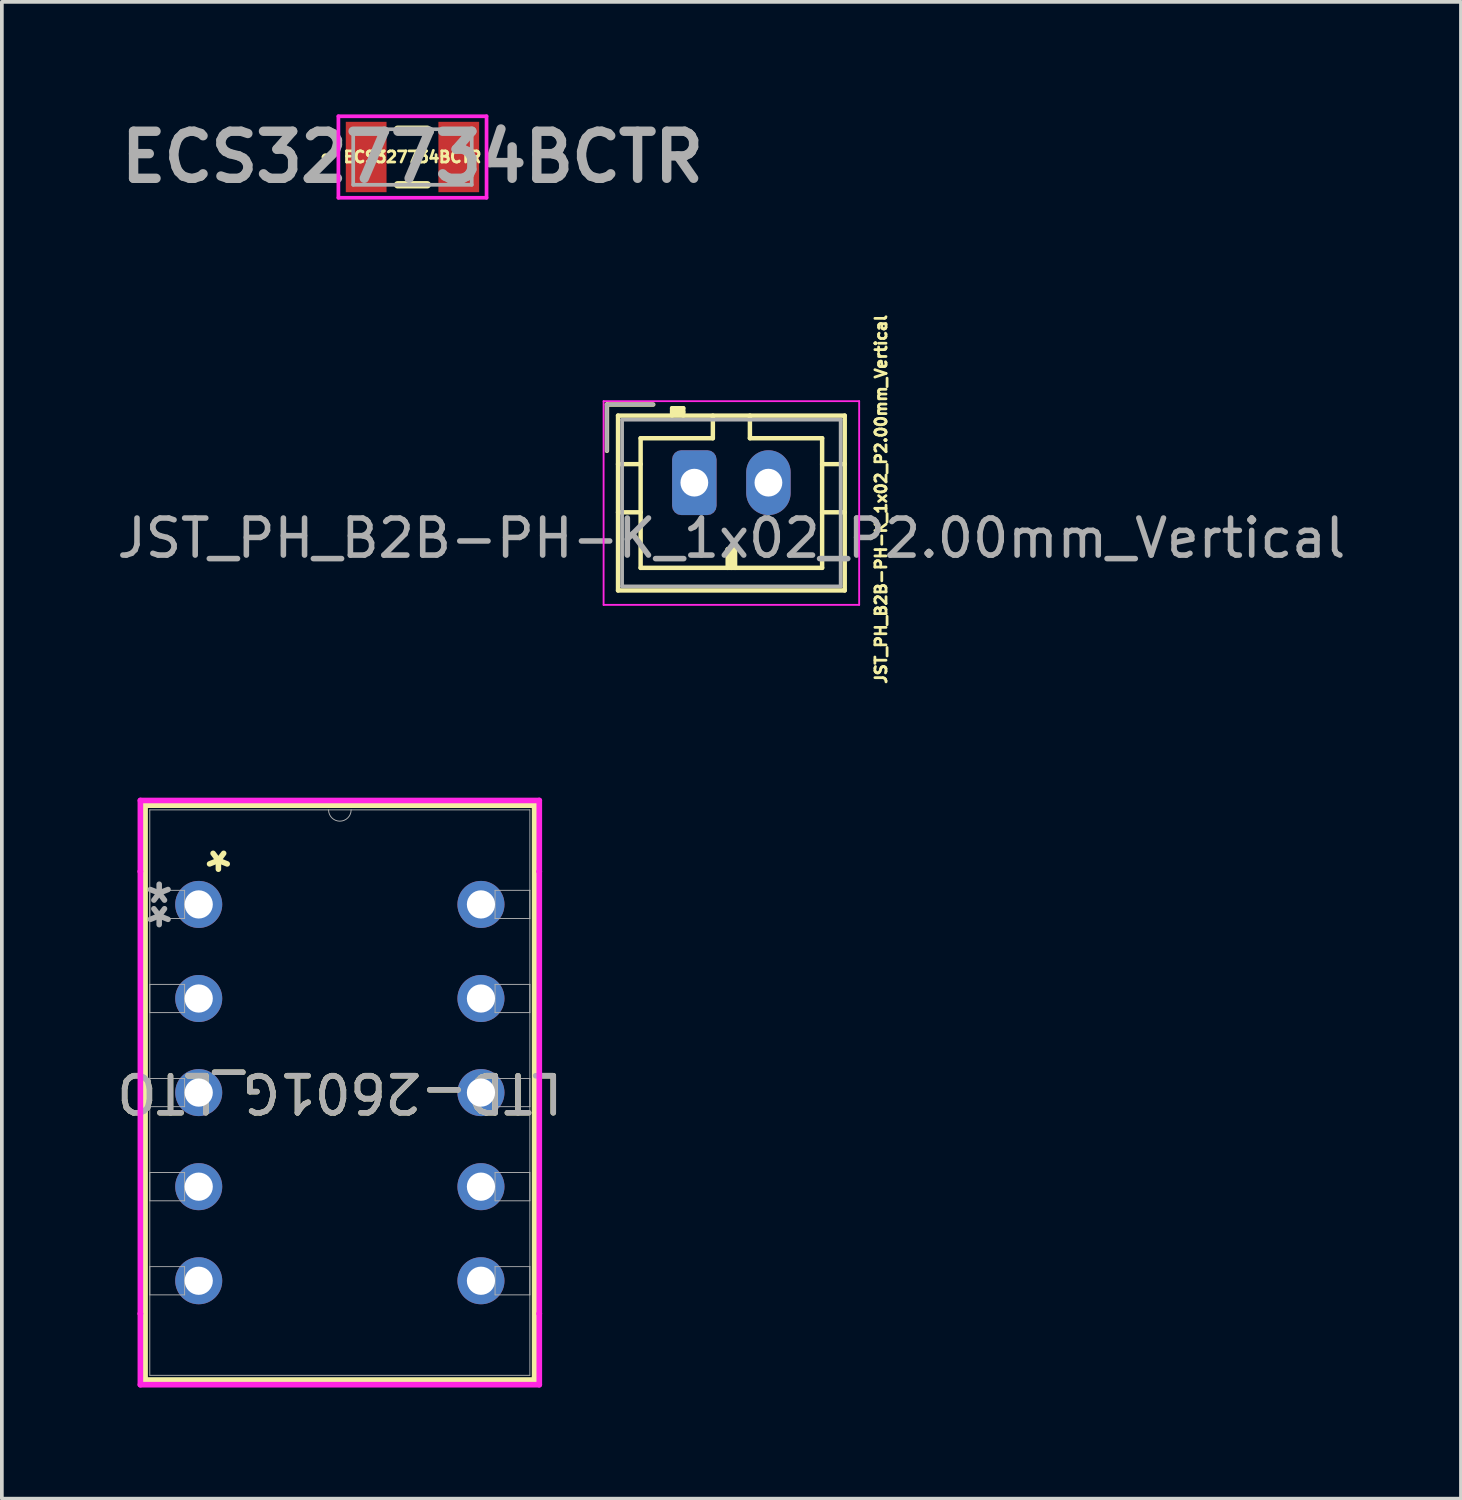
<source format=kicad_pcb>
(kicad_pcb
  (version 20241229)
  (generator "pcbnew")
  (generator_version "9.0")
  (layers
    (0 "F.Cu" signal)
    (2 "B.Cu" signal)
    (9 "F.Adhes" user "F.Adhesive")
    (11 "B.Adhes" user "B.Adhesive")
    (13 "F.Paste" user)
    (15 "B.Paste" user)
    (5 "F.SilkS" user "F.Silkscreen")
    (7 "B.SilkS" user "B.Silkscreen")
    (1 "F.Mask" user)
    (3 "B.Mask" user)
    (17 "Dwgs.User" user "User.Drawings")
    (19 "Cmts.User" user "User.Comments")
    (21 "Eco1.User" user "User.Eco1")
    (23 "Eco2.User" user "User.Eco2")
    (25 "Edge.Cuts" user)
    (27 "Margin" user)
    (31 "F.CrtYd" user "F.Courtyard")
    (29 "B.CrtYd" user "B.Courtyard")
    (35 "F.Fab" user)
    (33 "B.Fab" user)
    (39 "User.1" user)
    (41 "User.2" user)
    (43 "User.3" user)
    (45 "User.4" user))
  (footprint "ECS327734BCTR"
    (layer "F.Cu")
    (at 8.086 1.189)
    (property "Reference" "ECS327734BCTR" (at 0 0 0) (layer "F.SilkS") (effects (font (size 0.3 0.3) (thickness 0.075))))
    (attr smd)
    (fp_line (start -2.4 0) (end -2.4 0) (stroke (width 0.1) (type solid)) (layer "F.SilkS"))
    (fp_line (start -2.3 0) (end -2.3 0) (stroke (width 0.1) (type solid)) (layer "F.SilkS"))
    (fp_line (start -0.4 -0.75) (end 0.4 -0.75) (stroke (width 0.2) (type solid)) (layer "F.SilkS"))
    (fp_line (start -0.4 0.75) (end 0.4 0.75) (stroke (width 0.2) (type solid)) (layer "F.SilkS"))
    (fp_arc (start -2.4 0) (mid -2.35 -0.05) (end -2.3 0) (stroke (width 0.1) (type solid)) (layer "F.SilkS"))
    (fp_arc (start -2.3 0) (mid -2.35 0.05) (end -2.4 0) (stroke (width 0.1) (type solid)) (layer "F.SilkS"))
    (fp_line (start -2 -1.1) (end 2 -1.1) (stroke (width 0.1) (type solid)) (layer "F.CrtYd"))
    (fp_line (start -2 1.1) (end -2 -1.1) (stroke (width 0.1) (type solid)) (layer "F.CrtYd"))
    (fp_line (start 2 -1.1) (end 2 1.1) (stroke (width 0.1) (type solid)) (layer "F.CrtYd"))
    (fp_line (start 2 1.1) (end -2 1.1) (stroke (width 0.1) (type solid)) (layer "F.CrtYd"))
    (fp_line (start -1.6 -0.75) (end -1.6 0.75) (stroke (width 0.1) (type solid)) (layer "F.Fab"))
    (fp_line (start -1.6 0.75) (end 1.6 0.75) (stroke (width 0.1) (type solid)) (layer "F.Fab"))
    (fp_line (start 1.6 -0.75) (end -1.6 -0.75) (stroke (width 0.1) (type solid)) (layer "F.Fab"))
    (fp_line (start 1.6 0.75) (end 1.6 -0.75) (stroke (width 0.1) (type solid)) (layer "F.Fab"))
    (fp_text user "${REFERENCE}" (at 0 0 0) (layer "F.Fab") (effects (font (size 1.27 1.27) (thickness 0.254))))
    (pad "1" smd rect (at -1.25 0) (size 1.1 1.9) (layers "F.Cu" "F.Mask" "F.Paste"))
    (pad "2" smd rect (at 1.25 0) (size 1.1 1.9) (layers "F.Cu" "F.Mask" "F.Paste")))
  (footprint "LTD-2601G_LTO"
    (layer "F.Cu")
    (at 6.123 26.418)
    (property "Reference" "LTD-2601G_LTO" (at 0.002 0.03 180) (unlocked yes) (layer "F.SilkS") (effects (font (size 1 1) (thickness 0.15))))
    (attr through_hole)
    (fp_line (start -5.256 -7.73) (end -5.256 7.79) (stroke (width 0.152) (type solid)) (layer "F.SilkS"))
    (fp_line (start -5.256 7.79) (end 5.26 7.79) (stroke (width 0.152) (type solid)) (layer "F.SilkS"))
    (fp_line (start 5.26 -7.73) (end -5.256 -7.73) (stroke (width 0.152) (type solid)) (layer "F.SilkS"))
    (fp_line (start 5.26 7.79) (end 5.26 -7.73) (stroke (width 0.152) (type solid)) (layer "F.SilkS"))
    (fp_line (start -5.383 -7.857) (end 5.387 -7.857) (stroke (width 0.152) (type solid)) (layer "F.CrtYd"))
    (fp_line (start -5.383 -5.939) (end -5.383 -7.857) (stroke (width 0.152) (type solid)) (layer "F.CrtYd"))
    (fp_line (start -5.383 -5.939) (end -5.383 -5.939) (stroke (width 0.152) (type solid)) (layer "F.CrtYd"))
    (fp_line (start -5.383 5.999) (end -5.383 -5.939) (stroke (width 0.152) (type solid)) (layer "F.CrtYd"))
    (fp_line (start -5.383 5.999) (end -5.383 5.999) (stroke (width 0.152) (type solid)) (layer "F.CrtYd"))
    (fp_line (start -5.383 7.917) (end -5.383 5.999) (stroke (width 0.152) (type solid)) (layer "F.CrtYd"))
    (fp_line (start 5.387 -7.857) (end 5.387 -5.939) (stroke (width 0.152) (type solid)) (layer "F.CrtYd"))
    (fp_line (start 5.387 -5.939) (end 5.387 -5.939) (stroke (width 0.152) (type solid)) (layer "F.CrtYd"))
    (fp_line (start 5.387 -5.939) (end 5.387 5.999) (stroke (width 0.152) (type solid)) (layer "F.CrtYd"))
    (fp_line (start 5.387 5.999) (end 5.387 5.999) (stroke (width 0.152) (type solid)) (layer "F.CrtYd"))
    (fp_line (start 5.387 5.999) (end 5.387 7.917) (stroke (width 0.152) (type solid)) (layer "F.CrtYd"))
    (fp_line (start 5.387 7.917) (end -5.383 7.917) (stroke (width 0.152) (type solid)) (layer "F.CrtYd"))
    (fp_line (start -5.129 -7.603) (end -5.129 7.663) (stroke (width 0.025) (type solid)) (layer "F.Fab"))
    (fp_line (start -5.129 -5.431) (end -4.189 -5.431) (stroke (width 0.025) (type solid)) (layer "F.Fab"))
    (fp_line (start -5.129 -4.669) (end -5.129 -5.431) (stroke (width 0.025) (type solid)) (layer "F.Fab"))
    (fp_line (start -5.129 -2.891) (end -4.189 -2.891) (stroke (width 0.025) (type solid)) (layer "F.Fab"))
    (fp_line (start -5.129 -2.129) (end -5.129 -2.891) (stroke (width 0.025) (type solid)) (layer "F.Fab"))
    (fp_line (start -5.129 -0.351) (end -4.189 -0.351) (stroke (width 0.025) (type solid)) (layer "F.Fab"))
    (fp_line (start -5.129 0.411) (end -5.129 -0.351) (stroke (width 0.025) (type solid)) (layer "F.Fab"))
    (fp_line (start -5.129 2.189) (end -4.189 2.189) (stroke (width 0.025) (type solid)) (layer "F.Fab"))
    (fp_line (start -5.129 2.951) (end -5.129 2.189) (stroke (width 0.025) (type solid)) (layer "F.Fab"))
    (fp_line (start -5.129 4.729) (end -4.189 4.729) (stroke (width 0.025) (type solid)) (layer "F.Fab"))
    (fp_line (start -5.129 5.491) (end -5.129 4.729) (stroke (width 0.025) (type solid)) (layer "F.Fab"))
    (fp_line (start -5.129 7.663) (end 5.133 7.663) (stroke (width 0.025) (type solid)) (layer "F.Fab"))
    (fp_line (start -4.189 -5.431) (end -4.189 -4.669) (stroke (width 0.025) (type solid)) (layer "F.Fab"))
    (fp_line (start -4.189 -4.669) (end -5.129 -4.669) (stroke (width 0.025) (type solid)) (layer "F.Fab"))
    (fp_line (start -4.189 -2.891) (end -4.189 -2.129) (stroke (width 0.025) (type solid)) (layer "F.Fab"))
    (fp_line (start -4.189 -2.129) (end -5.129 -2.129) (stroke (width 0.025) (type solid)) (layer "F.Fab"))
    (fp_line (start -4.189 -0.351) (end -4.189 0.411) (stroke (width 0.025) (type solid)) (layer "F.Fab"))
    (fp_line (start -4.189 0.411) (end -5.129 0.411) (stroke (width 0.025) (type solid)) (layer "F.Fab"))
    (fp_line (start -4.189 2.189) (end -4.189 2.951) (stroke (width 0.025) (type solid)) (layer "F.Fab"))
    (fp_line (start -4.189 2.951) (end -5.129 2.951) (stroke (width 0.025) (type solid)) (layer "F.Fab"))
    (fp_line (start -4.189 4.729) (end -4.189 5.491) (stroke (width 0.025) (type solid)) (layer "F.Fab"))
    (fp_line (start -4.189 5.491) (end -5.129 5.491) (stroke (width 0.025) (type solid)) (layer "F.Fab"))
    (fp_line (start 4.193 -5.431) (end 5.133 -5.431) (stroke (width 0.025) (type solid)) (layer "F.Fab"))
    (fp_line (start 4.193 -4.669) (end 4.193 -5.431) (stroke (width 0.025) (type solid)) (layer "F.Fab"))
    (fp_line (start 4.193 -2.891) (end 5.133 -2.891) (stroke (width 0.025) (type solid)) (layer "F.Fab"))
    (fp_line (start 4.193 -2.129) (end 4.193 -2.891) (stroke (width 0.025) (type solid)) (layer "F.Fab"))
    (fp_line (start 4.193 -0.351) (end 5.133 -0.351) (stroke (width 0.025) (type solid)) (layer "F.Fab"))
    (fp_line (start 4.193 0.411) (end 4.193 -0.351) (stroke (width 0.025) (type solid)) (layer "F.Fab"))
    (fp_line (start 4.193 2.189) (end 5.133 2.189) (stroke (width 0.025) (type solid)) (layer "F.Fab"))
    (fp_line (start 4.193 2.951) (end 4.193 2.189) (stroke (width 0.025) (type solid)) (layer "F.Fab"))
    (fp_line (start 4.193 4.729) (end 5.133 4.729) (stroke (width 0.025) (type solid)) (layer "F.Fab"))
    (fp_line (start 4.193 5.491) (end 4.193 4.729) (stroke (width 0.025) (type solid)) (layer "F.Fab"))
    (fp_line (start 5.133 -7.603) (end -5.129 -7.603) (stroke (width 0.025) (type solid)) (layer "F.Fab"))
    (fp_line (start 5.133 -5.431) (end 5.133 -4.669) (stroke (width 0.025) (type solid)) (layer "F.Fab"))
    (fp_line (start 5.133 -4.669) (end 4.193 -4.669) (stroke (width 0.025) (type solid)) (layer "F.Fab"))
    (fp_line (start 5.133 -2.891) (end 5.133 -2.129) (stroke (width 0.025) (type solid)) (layer "F.Fab"))
    (fp_line (start 5.133 -2.129) (end 4.193 -2.129) (stroke (width 0.025) (type solid)) (layer "F.Fab"))
    (fp_line (start 5.133 -0.351) (end 5.133 0.411) (stroke (width 0.025) (type solid)) (layer "F.Fab"))
    (fp_line (start 5.133 0.411) (end 4.193 0.411) (stroke (width 0.025) (type solid)) (layer "F.Fab"))
    (fp_line (start 5.133 2.189) (end 5.133 2.951) (stroke (width 0.025) (type solid)) (layer "F.Fab"))
    (fp_line (start 5.133 2.951) (end 4.193 2.951) (stroke (width 0.025) (type solid)) (layer "F.Fab"))
    (fp_line (start 5.133 4.729) (end 5.133 5.491) (stroke (width 0.025) (type solid)) (layer "F.Fab"))
    (fp_line (start 5.133 5.491) (end 4.193 5.491) (stroke (width 0.025) (type solid)) (layer "F.Fab"))
    (fp_line (start 5.133 7.663) (end 5.133 -7.603) (stroke (width 0.025) (type solid)) (layer "F.Fab"))
    (fp_arc (start 0.307 -7.6027) (mid 0.0022 -7.2979) (end -0.3026 -7.6027) (stroke (width 0.0254) (type solid)) (layer "F.Fab"))
    (fp_text user "*" (at -3.277 -6.546 180) (unlocked yes) (layer "F.SilkS") (effects (font (size 1 1) (thickness 0.15))))
    (fp_text user "*" (at -4.875 -5.05 180) (layer "F.Fab") (effects (font (size 1 1) (thickness 0.15))))
    (fp_text user "*" (at -4.875 -5.05 180) (unlocked yes) (layer "F.Fab") (effects (font (size 1 1) (thickness 0.15))))
    (fp_text user "${REFERENCE}" (at 0.002 0.03 180) (unlocked yes) (layer "F.Fab") (effects (font (size 1 1) (thickness 0.15))))
    (pad "1" thru_hole circle (at -3.808 -5.05 180) (size 1.27 1.27) (drill 0.762) (layers "*.Cu" "*.Mask"))
    (pad "2" thru_hole circle (at -3.808 -2.51 180) (size 1.27 1.27) (drill 0.762) (layers "*.Cu" "*.Mask"))
    (pad "3" thru_hole circle (at -3.808 0.03 180) (size 1.27 1.27) (drill 0.762) (layers "*.Cu" "*.Mask"))
    (pad "4" thru_hole circle (at -3.808 2.57 180) (size 1.27 1.27) (drill 0.762) (layers "*.Cu" "*.Mask"))
    (pad "5" thru_hole circle (at -3.808 5.11 180) (size 1.27 1.27) (drill 0.762) (layers "*.Cu" "*.Mask"))
    (pad "6" thru_hole circle (at 3.812 5.11 180) (size 1.27 1.27) (drill 0.762) (layers "*.Cu" "*.Mask"))
    (pad "7" thru_hole circle (at 3.812 2.57 180) (size 1.27 1.27) (drill 0.762) (layers "*.Cu" "*.Mask"))
    (pad "8" thru_hole circle (at 3.812 0.03 180) (size 1.27 1.27) (drill 0.762) (layers "*.Cu" "*.Mask"))
    (pad "9" thru_hole circle (at 3.812 -2.51 180) (size 1.27 1.27) (drill 0.762) (layers "*.Cu" "*.Mask"))
    (pad "10" thru_hole circle (at 3.812 -5.05 180) (size 1.27 1.27) (drill 0.762) (layers "*.Cu" "*.Mask")))
  (footprint "JST_PH_B2B-PH-K_1x02_P2.00mm_Vertical"
    (layer "F.Cu")
    (at 15.696 9.981)
    (property "Reference" "JST_PH_B2B-PH-K_1x02_P2.00mm_Vertical" (at 5.04 0.45 270) (layer "F.SilkS") (effects (font (size 0.3 0.3) (thickness 0.125))))
    (attr through_hole)
    (fp_line (start -2.36 -2.11) (end -2.36 -0.86) (stroke (width 0.12) (type solid)) (layer "F.SilkS"))
    (fp_line (start -2.06 -1.81) (end -2.06 2.91) (stroke (width 0.12) (type solid)) (layer "F.SilkS"))
    (fp_line (start -2.06 -0.5) (end -1.45 -0.5) (stroke (width 0.12) (type solid)) (layer "F.SilkS"))
    (fp_line (start -2.06 0.8) (end -1.45 0.8) (stroke (width 0.12) (type solid)) (layer "F.SilkS"))
    (fp_line (start -2.06 2.91) (end 4.06 2.91) (stroke (width 0.12) (type solid)) (layer "F.SilkS"))
    (fp_line (start -1.45 -1.2) (end -1.45 2.3) (stroke (width 0.12) (type solid)) (layer "F.SilkS"))
    (fp_line (start -1.45 2.3) (end 3.45 2.3) (stroke (width 0.12) (type solid)) (layer "F.SilkS"))
    (fp_line (start -1.11 -2.11) (end -2.36 -2.11) (stroke (width 0.12) (type solid)) (layer "F.SilkS"))
    (fp_line (start -0.6 -2.01) (end -0.6 -1.81) (stroke (width 0.12) (type solid)) (layer "F.SilkS"))
    (fp_line (start -0.3 -2.01) (end -0.6 -2.01) (stroke (width 0.12) (type solid)) (layer "F.SilkS"))
    (fp_line (start -0.3 -1.91) (end -0.6 -1.91) (stroke (width 0.12) (type solid)) (layer "F.SilkS"))
    (fp_line (start -0.3 -1.81) (end -0.3 -2.01) (stroke (width 0.12) (type solid)) (layer "F.SilkS"))
    (fp_line (start 0.5 -1.81) (end 0.5 -1.2) (stroke (width 0.12) (type solid)) (layer "F.SilkS"))
    (fp_line (start 0.5 -1.2) (end -1.45 -1.2) (stroke (width 0.12) (type solid)) (layer "F.SilkS"))
    (fp_line (start 0.9 1.8) (end 1.1 1.8) (stroke (width 0.12) (type solid)) (layer "F.SilkS"))
    (fp_line (start 0.9 2.3) (end 0.9 1.8) (stroke (width 0.12) (type solid)) (layer "F.SilkS"))
    (fp_line (start 1 2.3) (end 1 1.8) (stroke (width 0.12) (type solid)) (layer "F.SilkS"))
    (fp_line (start 1.1 1.8) (end 1.1 2.3) (stroke (width 0.12) (type solid)) (layer "F.SilkS"))
    (fp_line (start 1.5 -1.2) (end 1.5 -1.81) (stroke (width 0.12) (type solid)) (layer "F.SilkS"))
    (fp_line (start 3.45 -1.2) (end 1.5 -1.2) (stroke (width 0.12) (type solid)) (layer "F.SilkS"))
    (fp_line (start 3.45 2.3) (end 3.45 -1.2) (stroke (width 0.12) (type solid)) (layer "F.SilkS"))
    (fp_line (start 4.06 -1.81) (end -2.06 -1.81) (stroke (width 0.12) (type solid)) (layer "F.SilkS"))
    (fp_line (start 4.06 -0.5) (end 3.45 -0.5) (stroke (width 0.12) (type solid)) (layer "F.SilkS"))
    (fp_line (start 4.06 0.8) (end 3.45 0.8) (stroke (width 0.12) (type solid)) (layer "F.SilkS"))
    (fp_line (start 4.06 2.91) (end 4.06 -1.81) (stroke (width 0.12) (type solid)) (layer "F.SilkS"))
    (fp_line (start -2.45 -2.2) (end -2.45 3.3) (stroke (width 0.05) (type solid)) (layer "F.CrtYd"))
    (fp_line (start -2.45 3.3) (end 4.45 3.3) (stroke (width 0.05) (type solid)) (layer "F.CrtYd"))
    (fp_line (start 4.45 -2.2) (end -2.45 -2.2) (stroke (width 0.05) (type solid)) (layer "F.CrtYd"))
    (fp_line (start 4.45 3.3) (end 4.45 -2.2) (stroke (width 0.05) (type solid)) (layer "F.CrtYd"))
    (fp_line (start -2.36 -2.11) (end -2.36 -0.86) (stroke (width 0.1) (type solid)) (layer "F.Fab"))
    (fp_line (start -1.95 -1.7) (end -1.95 2.8) (stroke (width 0.1) (type solid)) (layer "F.Fab"))
    (fp_line (start -1.95 2.8) (end 3.95 2.8) (stroke (width 0.1) (type solid)) (layer "F.Fab"))
    (fp_line (start -1.11 -2.11) (end -2.36 -2.11) (stroke (width 0.1) (type solid)) (layer "F.Fab"))
    (fp_line (start 3.95 -1.7) (end -1.95 -1.7) (stroke (width 0.1) (type solid)) (layer "F.Fab"))
    (fp_line (start 3.95 2.8) (end 3.95 -1.7) (stroke (width 0.1) (type solid)) (layer "F.Fab"))
    (fp_text user "${REFERENCE}" (at 1 1.5 180) (layer "F.Fab") (effects (font (size 1 1) (thickness 0.15))))
    (pad "1" thru_hole roundrect (at 0 0) (size 1.2 1.75) (drill 0.75) (layers "*.Cu" "*.Mask") (roundrect_rratio 0.208))
    (pad "2" thru_hole oval (at 2 0) (size 1.2 1.75) (drill 0.75) (layers "*.Cu" "*.Mask")))
  (gr_rect
    (start -3 -3)
    (end 36.393 37.411)
    (stroke (width 0.1) (type default))
    (fill no)
    (layer "Edge.Cuts")))
</source>
